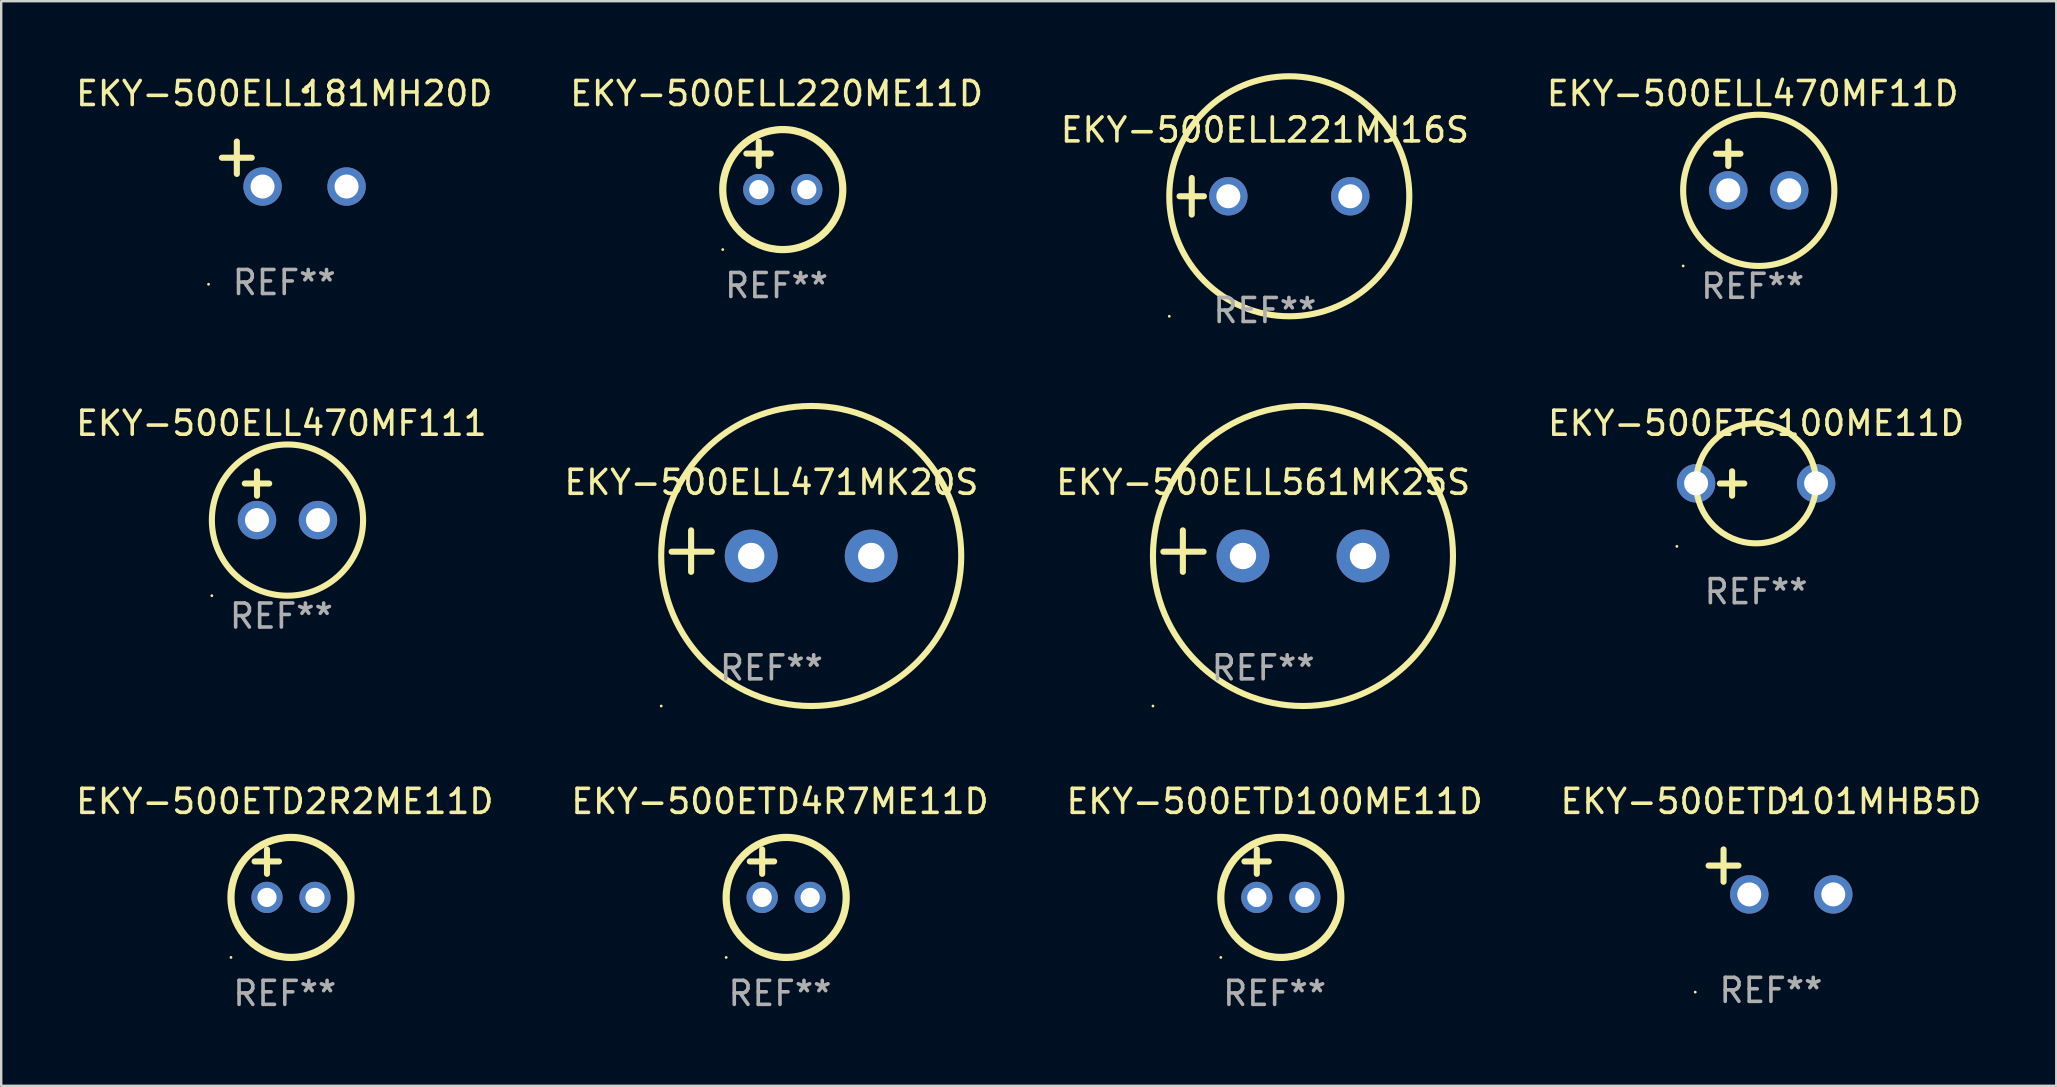
<source format=kicad_pcb>
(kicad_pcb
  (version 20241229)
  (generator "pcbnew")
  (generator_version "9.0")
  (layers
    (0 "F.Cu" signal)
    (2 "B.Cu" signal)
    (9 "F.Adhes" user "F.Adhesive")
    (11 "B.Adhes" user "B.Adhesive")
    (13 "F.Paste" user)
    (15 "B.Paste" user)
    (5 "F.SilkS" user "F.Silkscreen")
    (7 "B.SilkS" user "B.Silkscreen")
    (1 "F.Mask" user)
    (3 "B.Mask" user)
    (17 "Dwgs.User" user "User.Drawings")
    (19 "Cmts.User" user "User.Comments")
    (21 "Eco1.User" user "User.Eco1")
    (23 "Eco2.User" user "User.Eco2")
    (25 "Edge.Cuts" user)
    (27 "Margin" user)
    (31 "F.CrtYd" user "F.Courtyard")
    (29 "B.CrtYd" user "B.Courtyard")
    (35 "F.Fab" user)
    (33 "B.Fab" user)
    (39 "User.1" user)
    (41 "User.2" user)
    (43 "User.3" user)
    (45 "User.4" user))
  (footprint "EKY-500ELL470MF11D"
    (layer "F.Cu")
    (at 69.97 3.864)
    (property "Reference" "EKY-500ELL470MF11D" (at 0 -3.016 0) (layer "F.SilkS") (effects (font (size 1 1) (thickness 0.15))))
    (attr through_hole)
    (fp_line (start -1.524 -0.508) (end -0.508 -0.508) (stroke (width 0.254) (type solid)) (layer "F.SilkS"))
    (fp_line (start -1.016 -1.016) (end -1.016 0) (stroke (width 0.254) (type solid)) (layer "F.SilkS"))
    (fp_circle (center -2.896 4.166) (end -2.866 4.166) (stroke (width 0.06) (type solid)) (fill no) (layer "F.SilkS"))
    (fp_circle (center 0.254 1.016) (end 3.404 1.016) (stroke (width 0.254) (type solid)) (fill no) (layer "F.SilkS"))
    (fp_text user "REF**" (at 0 5.016 0) (layer "F.Fab") (effects (font (size 1 1) (thickness 0.15))))
    (pad "1" thru_hole circle (at -1.016 1.016) (size 1.6 1.6) (drill 1) (layers "*.Cu" "*.Mask"))
    (pad "2" thru_hole circle (at 1.524 1.016) (size 1.6 1.6) (drill 1) (layers "*.Cu" "*.Mask")))
  (footprint "EKY-500ETD4R7ME11D"
    (layer "F.Cu")
    (at 29.446 33.339)
    (property "Reference" "EKY-500ETD4R7ME11D" (at 0 -3 0) (layer "F.SilkS") (effects (font (size 1 1) (thickness 0.15))))
    (attr through_hole)
    (fp_line (start -1.258 -0.5) (end -0.242 -0.5) (stroke (width 0.254) (type solid)) (layer "F.SilkS"))
    (fp_line (start -0.742 -1) (end -0.742 0.016) (stroke (width 0.254) (type solid)) (layer "F.SilkS"))
    (fp_circle (center -2.242 3.5) (end -2.212 3.5) (stroke (width 0.06) (type solid)) (fill no) (layer "F.SilkS"))
    (fp_circle (center 0.258 1) (end 2.758 1) (stroke (width 0.3) (type solid)) (fill no) (layer "F.SilkS"))
    (fp_text user "REF**" (at 0 5 0) (layer "F.Fab") (effects (font (size 1 1) (thickness 0.15))))
    (pad "1" thru_hole circle (at -0.742 1) (size 1.3 1.3) (drill 0.8) (layers "*.Cu" "*.Mask"))
    (pad "2" thru_hole circle (at 1.258 1) (size 1.3 1.3) (drill 0.8) (layers "*.Cu" "*.Mask")))
  (footprint "EKY-500ELL561MK25S"
    (layer "F.Cu")
    (at 49.577 19.911)
    (property "Reference" "EKY-500ELL561MK25S" (at 0 -2.864 0) (layer "F.SilkS") (effects (font (size 1 1) (thickness 0.15))))
    (attr through_hole)
    (fp_line (start -3.346 0.864) (end -3.346 -0.864) (stroke (width 0.254) (type solid)) (layer "F.SilkS"))
    (fp_line (start -2.482 0.025) (end -4.158 0.025) (stroke (width 0.254) (type solid)) (layer "F.SilkS"))
    (fp_circle (center -4.592 6.453) (end -4.562 6.453) (stroke (width 0.06) (type solid)) (fill no) (layer "F.SilkS"))
    (fp_circle (center 1.658 0.203) (end 7.908 0.203) (stroke (width 0.254) (type solid)) (fill no) (layer "F.SilkS"))
    (fp_text user "REF**" (at 0 4.864 0) (layer "F.Fab") (effects (font (size 1 1) (thickness 0.15))))
    (pad "1" thru_hole circle (at -0.842 0.203) (size 2.2 2.2) (drill 1.1) (layers "*.Cu" "*.Mask"))
    (pad "2" thru_hole circle (at 4.158 0.203) (size 2.2 2.2) (drill 1.1) (layers "*.Cu" "*.Mask")))
  (footprint "EKY-500ETD101MHB5D"
    (layer "F.Cu")
    (at 70.732 33.276)
    (property "Reference" "EKY-500ETD101MHB5D" (at 0 -2.937 0) (layer "F.SilkS") (effects (font (size 1 1) (thickness 0.15))))
    (attr through_hole)
    (fp_line (start -1.975 0.41) (end -1.975 -0.937) (stroke (width 0.254) (type solid)) (layer "F.SilkS"))
    (fp_line (start -1.353 -0.263) (end -2.597 -0.263) (stroke (width 0.254) (type solid)) (layer "F.SilkS"))
    (fp_arc (start 0.849809 -3.063957) (mid 0.885369 -3.064114) (end 0.920929 -3.063957) (stroke (width 0.254001) (type solid)) (layer "F.SilkS"))
    (fp_circle (center -3.154 5.008) (end -3.124 5.008) (stroke (width 0.06) (type solid)) (fill no) (layer "F.SilkS"))
    (fp_text user "REF**" (at 0 4.937 0) (layer "F.Fab") (effects (font (size 1 1) (thickness 0.15))))
    (pad "1" thru_hole circle (at -0.903 0.937) (size 1.6 1.6) (drill 1) (layers "*.Cu" "*.Mask"))
    (pad "2" thru_hole circle (at 2.597 0.937) (size 1.6 1.6) (drill 1) (layers "*.Cu" "*.Mask")))
  (footprint "EKY-500ELL220ME11D"
    (layer "F.Cu")
    (at 29.304 3.848)
    (property "Reference" "EKY-500ELL220ME11D" (at 0 -3 0) (layer "F.SilkS") (effects (font (size 1 1) (thickness 0.15))))
    (attr through_hole)
    (fp_line (start -1.258 -0.5) (end -0.242 -0.5) (stroke (width 0.254) (type solid)) (layer "F.SilkS"))
    (fp_line (start -0.742 -1) (end -0.742 0.016) (stroke (width 0.254) (type solid)) (layer "F.SilkS"))
    (fp_circle (center -2.242 3.5) (end -2.212 3.5) (stroke (width 0.06) (type solid)) (fill no) (layer "F.SilkS"))
    (fp_circle (center 0.258 1) (end 2.758 1) (stroke (width 0.3) (type solid)) (fill no) (layer "F.SilkS"))
    (fp_text user "REF**" (at 0 5 0) (layer "F.Fab") (effects (font (size 1 1) (thickness 0.15))))
    (pad "1" thru_hole circle (at -0.742 1) (size 1.3 1.3) (drill 0.8) (layers "*.Cu" "*.Mask"))
    (pad "2" thru_hole circle (at 1.258 1) (size 1.3 1.3) (drill 0.8) (layers "*.Cu" "*.Mask")))
  (footprint "EKY-500ETD2R2ME11D"
    (layer "F.Cu")
    (at 8.815 33.339)
    (property "Reference" "EKY-500ETD2R2ME11D" (at 0 -3 0) (layer "F.SilkS") (effects (font (size 1 1) (thickness 0.15))))
    (attr through_hole)
    (fp_line (start -1.258 -0.5) (end -0.242 -0.5) (stroke (width 0.254) (type solid)) (layer "F.SilkS"))
    (fp_line (start -0.742 -1) (end -0.742 0.016) (stroke (width 0.254) (type solid)) (layer "F.SilkS"))
    (fp_circle (center -2.242 3.5) (end -2.212 3.5) (stroke (width 0.06) (type solid)) (fill no) (layer "F.SilkS"))
    (fp_circle (center 0.258 1) (end 2.758 1) (stroke (width 0.3) (type solid)) (fill no) (layer "F.SilkS"))
    (fp_text user "REF**" (at 0 5 0) (layer "F.Fab") (effects (font (size 1 1) (thickness 0.15))))
    (pad "1" thru_hole circle (at -0.742 1) (size 1.3 1.3) (drill 0.8) (layers "*.Cu" "*.Mask"))
    (pad "2" thru_hole circle (at 1.258 1) (size 1.3 1.3) (drill 0.8) (layers "*.Cu" "*.Mask")))
  (footprint "EKY-500ELL221MJ16S"
    (layer "F.Cu")
    (at 49.649 5.127)
    (property "Reference" "EKY-500ELL221MJ16S" (at 0 -2.762 0) (layer "F.SilkS") (effects (font (size 1 1) (thickness 0.15))))
    (attr through_hole)
    (fp_line (start -3.556 0) (end -2.54 0) (stroke (width 0.254) (type solid)) (layer "F.SilkS"))
    (fp_line (start -3.048 -0.762) (end -3.048 0.762) (stroke (width 0.254) (type solid)) (layer "F.SilkS"))
    (fp_circle (center -3.984 5) (end -3.954 5) (stroke (width 0.06) (type solid)) (fill no) (layer "F.SilkS"))
    (fp_circle (center 1.016 0) (end 6.016 0) (stroke (width 0.254) (type solid)) (fill no) (layer "F.SilkS"))
    (fp_text user "REF**" (at 0 4.762 0) (layer "F.Fab") (effects (font (size 1 1) (thickness 0.15))))
    (pad "1" thru_hole circle (at -1.524 0) (size 1.6 1.6) (drill 1) (layers "*.Cu" "*.Mask"))
    (pad "2" thru_hole circle (at 3.556 0) (size 1.6 1.6) (drill 1) (layers "*.Cu" "*.Mask")))
  (footprint "EKY-500ETD100ME11D"
    (layer "F.Cu")
    (at 50.054 33.339)
    (property "Reference" "EKY-500ETD100ME11D" (at 0 -3 0) (layer "F.SilkS") (effects (font (size 1 1) (thickness 0.15))))
    (attr through_hole)
    (fp_line (start -1.258 -0.5) (end -0.242 -0.5) (stroke (width 0.254) (type solid)) (layer "F.SilkS"))
    (fp_line (start -0.742 -1) (end -0.742 0.016) (stroke (width 0.254) (type solid)) (layer "F.SilkS"))
    (fp_circle (center -2.242 3.5) (end -2.212 3.5) (stroke (width 0.06) (type solid)) (fill no) (layer "F.SilkS"))
    (fp_circle (center 0.258 1) (end 2.758 1) (stroke (width 0.3) (type solid)) (fill no) (layer "F.SilkS"))
    (fp_text user "REF**" (at 0 5 0) (layer "F.Fab") (effects (font (size 1 1) (thickness 0.15))))
    (pad "1" thru_hole circle (at -0.742 1) (size 1.3 1.3) (drill 0.8) (layers "*.Cu" "*.Mask"))
    (pad "2" thru_hole circle (at 1.258 1) (size 1.3 1.3) (drill 0.8) (layers "*.Cu" "*.Mask")))
  (footprint "EKY-500ELL181MH20D"
    (layer "F.Cu")
    (at 8.792 3.785)
    (property "Reference" "EKY-500ELL181MH20D" (at 0 -2.937 0) (layer "F.SilkS") (effects (font (size 1 1) (thickness 0.15))))
    (attr through_hole)
    (fp_line (start -1.975 0.41) (end -1.975 -0.937) (stroke (width 0.254) (type solid)) (layer "F.SilkS"))
    (fp_line (start -1.353 -0.263) (end -2.597 -0.263) (stroke (width 0.254) (type solid)) (layer "F.SilkS"))
    (fp_arc (start 0.849809 -3.063957) (mid 0.885369 -3.064114) (end 0.920929 -3.063957) (stroke (width 0.254001) (type solid)) (layer "F.SilkS"))
    (fp_circle (center -3.154 5.008) (end -3.124 5.008) (stroke (width 0.06) (type solid)) (fill no) (layer "F.SilkS"))
    (fp_text user "REF**" (at 0 4.937 0) (layer "F.Fab") (effects (font (size 1 1) (thickness 0.15))))
    (pad "1" thru_hole circle (at -0.903 0.937) (size 1.6 1.6) (drill 1) (layers "*.Cu" "*.Mask"))
    (pad "2" thru_hole circle (at 2.597 0.937) (size 1.6 1.6) (drill 1) (layers "*.Cu" "*.Mask")))
  (footprint "EKY-500ETC100ME11D"
    (layer "F.Cu")
    (at 70.113 17.094)
    (property "Reference" "EKY-500ETC100ME11D" (at 0 -2.508 0) (layer "F.SilkS") (effects (font (size 1 1) (thickness 0.15))))
    (attr through_hole)
    (fp_line (start -1.508 0) (end -0.492 0) (stroke (width 0.254) (type solid)) (layer "F.SilkS"))
    (fp_line (start -1 -0.508) (end -1 0.508) (stroke (width 0.254) (type solid)) (layer "F.SilkS"))
    (fp_circle (center -3.3 2.619) (end -3.27 2.619) (stroke (width 0.06) (type solid)) (fill no) (layer "F.SilkS"))
    (fp_circle (center -0.000127 -0.008) (end 2.5 -0.008) (stroke (width 0.254) (type solid)) (fill no) (layer "F.SilkS"))
    (fp_text user "REF**" (at 0 4.508 0) (layer "F.Fab") (effects (font (size 1 1) (thickness 0.15))))
    (pad "1" thru_hole circle (at -2.5 -0.008) (size 1.6 1.6) (drill 1) (layers "*.Cu" "*.Mask"))
    (pad "2" thru_hole circle (at 2.5 -0.008) (size 1.6 1.6) (drill 1) (layers "*.Cu" "*.Mask")))
  (footprint "EKY-500ELL471MK20S"
    (layer "F.Cu")
    (at 29.089 19.911)
    (property "Reference" "EKY-500ELL471MK20S" (at 0 -2.864 0) (layer "F.SilkS") (effects (font (size 1 1) (thickness 0.15))))
    (attr through_hole)
    (fp_line (start -3.346 0.864) (end -3.346 -0.864) (stroke (width 0.254) (type solid)) (layer "F.SilkS"))
    (fp_line (start -2.482 0.025) (end -4.158 0.025) (stroke (width 0.254) (type solid)) (layer "F.SilkS"))
    (fp_circle (center -4.592 6.453) (end -4.562 6.453) (stroke (width 0.06) (type solid)) (fill no) (layer "F.SilkS"))
    (fp_circle (center 1.658 0.203) (end 7.908 0.203) (stroke (width 0.254) (type solid)) (fill no) (layer "F.SilkS"))
    (fp_text user "REF**" (at 0 4.864 0) (layer "F.Fab") (effects (font (size 1 1) (thickness 0.15))))
    (pad "1" thru_hole circle (at -0.842 0.203) (size 2.2 2.2) (drill 1.1) (layers "*.Cu" "*.Mask"))
    (pad "2" thru_hole circle (at 4.158 0.203) (size 2.2 2.2) (drill 1.1) (layers "*.Cu" "*.Mask")))
  (footprint "EKY-500ELL470MF111"
    (layer "F.Cu")
    (at 8.673 17.602)
    (property "Reference" "EKY-500ELL470MF111" (at 0 -3.016 0) (layer "F.SilkS") (effects (font (size 1 1) (thickness 0.15))))
    (attr through_hole)
    (fp_line (start -1.524 -0.508) (end -0.508 -0.508) (stroke (width 0.254) (type solid)) (layer "F.SilkS"))
    (fp_line (start -1.016 -1.016) (end -1.016 0) (stroke (width 0.254) (type solid)) (layer "F.SilkS"))
    (fp_circle (center -2.896 4.166) (end -2.866 4.166) (stroke (width 0.06) (type solid)) (fill no) (layer "F.SilkS"))
    (fp_circle (center 0.254 1.016) (end 3.404 1.016) (stroke (width 0.254) (type solid)) (fill no) (layer "F.SilkS"))
    (fp_text user "REF**" (at 0 5.016 0) (layer "F.Fab") (effects (font (size 1 1) (thickness 0.15))))
    (pad "1" thru_hole circle (at -1.016 1.016) (size 1.6 1.6) (drill 1) (layers "*.Cu" "*.Mask"))
    (pad "2" thru_hole circle (at 1.524 1.016) (size 1.6 1.6) (drill 1) (layers "*.Cu" "*.Mask")))
  (gr_rect
    (start -3 -3)
    (end 82.619 42.188)
    (stroke (width 0.1) (type default))
    (fill no)
    (layer "Edge.Cuts")))
</source>
